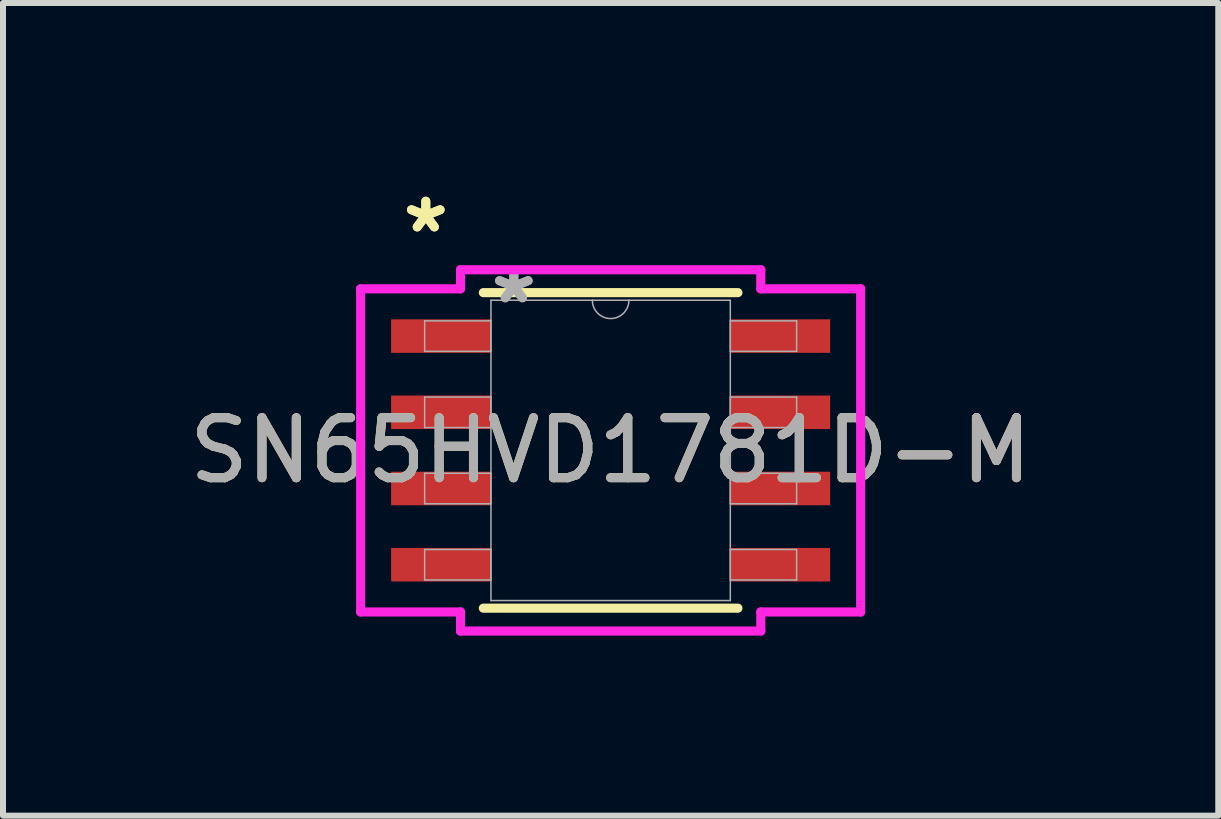
<source format=kicad_pcb>
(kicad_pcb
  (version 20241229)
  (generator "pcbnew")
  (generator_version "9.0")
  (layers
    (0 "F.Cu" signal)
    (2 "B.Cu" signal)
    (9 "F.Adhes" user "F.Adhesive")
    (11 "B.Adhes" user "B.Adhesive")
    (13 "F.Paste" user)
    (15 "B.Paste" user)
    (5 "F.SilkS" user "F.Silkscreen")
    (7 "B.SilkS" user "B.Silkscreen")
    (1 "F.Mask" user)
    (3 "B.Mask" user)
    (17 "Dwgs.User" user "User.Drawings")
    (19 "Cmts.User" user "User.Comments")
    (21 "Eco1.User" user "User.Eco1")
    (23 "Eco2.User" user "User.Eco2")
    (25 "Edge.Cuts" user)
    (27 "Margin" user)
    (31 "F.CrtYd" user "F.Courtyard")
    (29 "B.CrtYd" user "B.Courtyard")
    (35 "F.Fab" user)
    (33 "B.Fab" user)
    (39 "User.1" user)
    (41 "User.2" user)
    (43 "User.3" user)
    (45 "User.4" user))
  (footprint "SN65HVD1781D-M"
    (layer "F.Cu")
    (at 7.125 4.455)
    (property "Reference" "SN65HVD1781D-M" (at 0 0 0) (unlocked yes) (layer "F.SilkS") (effects (font (size 1 1) (thickness 0.15))))
    (attr smd)
    (fp_line (start -2.121 2.629) (end 2.121 2.629) (stroke (width 0.152) (type solid)) (layer "F.SilkS"))
    (fp_line (start 2.121 -2.629) (end -2.121 -2.629) (stroke (width 0.152) (type solid)) (layer "F.SilkS"))
    (fp_line (start -4.166 -2.692) (end -2.502 -2.692) (stroke (width 0.152) (type solid)) (layer "F.CrtYd"))
    (fp_line (start -4.166 2.692) (end -4.166 -2.692) (stroke (width 0.152) (type solid)) (layer "F.CrtYd"))
    (fp_line (start -4.166 2.692) (end -2.502 2.692) (stroke (width 0.152) (type solid)) (layer "F.CrtYd"))
    (fp_line (start -2.502 -3.01) (end 2.502 -3.01) (stroke (width 0.152) (type solid)) (layer "F.CrtYd"))
    (fp_line (start -2.502 -2.692) (end -2.502 -3.01) (stroke (width 0.152) (type solid)) (layer "F.CrtYd"))
    (fp_line (start -2.502 3.01) (end -2.502 2.692) (stroke (width 0.152) (type solid)) (layer "F.CrtYd"))
    (fp_line (start 2.502 -3.01) (end 2.502 -2.692) (stroke (width 0.152) (type solid)) (layer "F.CrtYd"))
    (fp_line (start 2.502 2.692) (end 2.502 3.01) (stroke (width 0.152) (type solid)) (layer "F.CrtYd"))
    (fp_line (start 2.502 3.01) (end -2.502 3.01) (stroke (width 0.152) (type solid)) (layer "F.CrtYd"))
    (fp_line (start 4.166 -2.692) (end 2.502 -2.692) (stroke (width 0.152) (type solid)) (layer "F.CrtYd"))
    (fp_line (start 4.166 -2.692) (end 4.166 2.692) (stroke (width 0.152) (type solid)) (layer "F.CrtYd"))
    (fp_line (start 4.166 2.692) (end 2.502 2.692) (stroke (width 0.152) (type solid)) (layer "F.CrtYd"))
    (fp_line (start -3.099 -2.159) (end -3.099 -1.651) (stroke (width 0.025) (type solid)) (layer "F.Fab"))
    (fp_line (start -3.099 -1.651) (end -1.994 -1.651) (stroke (width 0.025) (type solid)) (layer "F.Fab"))
    (fp_line (start -3.099 -0.889) (end -3.099 -0.381) (stroke (width 0.025) (type solid)) (layer "F.Fab"))
    (fp_line (start -3.099 -0.381) (end -1.994 -0.381) (stroke (width 0.025) (type solid)) (layer "F.Fab"))
    (fp_line (start -3.099 0.381) (end -3.099 0.889) (stroke (width 0.025) (type solid)) (layer "F.Fab"))
    (fp_line (start -3.099 0.889) (end -1.994 0.889) (stroke (width 0.025) (type solid)) (layer "F.Fab"))
    (fp_line (start -3.099 1.651) (end -3.099 2.159) (stroke (width 0.025) (type solid)) (layer "F.Fab"))
    (fp_line (start -3.099 2.159) (end -1.994 2.159) (stroke (width 0.025) (type solid)) (layer "F.Fab"))
    (fp_line (start -1.994 -2.502) (end -1.994 2.502) (stroke (width 0.025) (type solid)) (layer "F.Fab"))
    (fp_line (start -1.994 -2.159) (end -3.099 -2.159) (stroke (width 0.025) (type solid)) (layer "F.Fab"))
    (fp_line (start -1.994 -1.651) (end -1.994 -2.159) (stroke (width 0.025) (type solid)) (layer "F.Fab"))
    (fp_line (start -1.994 -0.889) (end -3.099 -0.889) (stroke (width 0.025) (type solid)) (layer "F.Fab"))
    (fp_line (start -1.994 -0.381) (end -1.994 -0.889) (stroke (width 0.025) (type solid)) (layer "F.Fab"))
    (fp_line (start -1.994 0.381) (end -3.099 0.381) (stroke (width 0.025) (type solid)) (layer "F.Fab"))
    (fp_line (start -1.994 0.889) (end -1.994 0.381) (stroke (width 0.025) (type solid)) (layer "F.Fab"))
    (fp_line (start -1.994 1.651) (end -3.099 1.651) (stroke (width 0.025) (type solid)) (layer "F.Fab"))
    (fp_line (start -1.994 2.159) (end -1.994 1.651) (stroke (width 0.025) (type solid)) (layer "F.Fab"))
    (fp_line (start -1.994 2.502) (end 1.994 2.502) (stroke (width 0.025) (type solid)) (layer "F.Fab"))
    (fp_line (start 1.994 -2.502) (end -1.994 -2.502) (stroke (width 0.025) (type solid)) (layer "F.Fab"))
    (fp_line (start 1.994 -2.159) (end 1.994 -1.651) (stroke (width 0.025) (type solid)) (layer "F.Fab"))
    (fp_line (start 1.994 -1.651) (end 3.099 -1.651) (stroke (width 0.025) (type solid)) (layer "F.Fab"))
    (fp_line (start 1.994 -0.889) (end 1.994 -0.381) (stroke (width 0.025) (type solid)) (layer "F.Fab"))
    (fp_line (start 1.994 -0.381) (end 3.099 -0.381) (stroke (width 0.025) (type solid)) (layer "F.Fab"))
    (fp_line (start 1.994 0.381) (end 1.994 0.889) (stroke (width 0.025) (type solid)) (layer "F.Fab"))
    (fp_line (start 1.994 0.889) (end 3.099 0.889) (stroke (width 0.025) (type solid)) (layer "F.Fab"))
    (fp_line (start 1.994 1.651) (end 1.994 2.159) (stroke (width 0.025) (type solid)) (layer "F.Fab"))
    (fp_line (start 1.994 2.159) (end 3.099 2.159) (stroke (width 0.025) (type solid)) (layer "F.Fab"))
    (fp_line (start 1.994 2.502) (end 1.994 -2.502) (stroke (width 0.025) (type solid)) (layer "F.Fab"))
    (fp_line (start 3.099 -2.159) (end 1.994 -2.159) (stroke (width 0.025) (type solid)) (layer "F.Fab"))
    (fp_line (start 3.099 -1.651) (end 3.099 -2.159) (stroke (width 0.025) (type solid)) (layer "F.Fab"))
    (fp_line (start 3.099 -0.889) (end 1.994 -0.889) (stroke (width 0.025) (type solid)) (layer "F.Fab"))
    (fp_line (start 3.099 -0.381) (end 3.099 -0.889) (stroke (width 0.025) (type solid)) (layer "F.Fab"))
    (fp_line (start 3.099 0.381) (end 1.994 0.381) (stroke (width 0.025) (type solid)) (layer "F.Fab"))
    (fp_line (start 3.099 0.889) (end 3.099 0.381) (stroke (width 0.025) (type solid)) (layer "F.Fab"))
    (fp_line (start 3.099 1.651) (end 1.994 1.651) (stroke (width 0.025) (type solid)) (layer "F.Fab"))
    (fp_line (start 3.099 2.159) (end 3.099 1.651) (stroke (width 0.025) (type solid)) (layer "F.Fab"))
    (fp_arc (start 0.3048 -2.5019) (mid 0 -2.1971) (end -0.3048 -2.5019) (stroke (width 0.0254) (type solid)) (layer "F.Fab"))
    (fp_text user "*" (at -3.08 -3.607 0) (layer "F.SilkS") (effects (font (size 1 1) (thickness 0.15))))
    (fp_text user "*" (at -3.08 -3.607 0) (unlocked yes) (layer "F.SilkS") (effects (font (size 1 1) (thickness 0.15))))
    (fp_text user "${REFERENCE}" (at 0 0 0) (unlocked yes) (layer "F.Fab") (effects (font (size 1 1) (thickness 0.15))))
    (fp_text user "*" (at -1.613 -2.426 0) (layer "F.Fab") (effects (font (size 1 1) (thickness 0.15))))
    (fp_text user "*" (at -1.613 -2.426 0) (unlocked yes) (layer "F.Fab") (effects (font (size 1 1) (thickness 0.15))))
    (pad "1" smd rect (at -2.826 -1.905) (size 1.664 0.559) (layers "F.Cu" "F.Mask" "F.Paste"))
    (pad "2" smd rect (at -2.826 -0.635) (size 1.664 0.559) (layers "F.Cu" "F.Mask" "F.Paste"))
    (pad "3" smd rect (at -2.826 0.635) (size 1.664 0.559) (layers "F.Cu" "F.Mask" "F.Paste"))
    (pad "4" smd rect (at -2.826 1.905) (size 1.664 0.559) (layers "F.Cu" "F.Mask" "F.Paste"))
    (pad "5" smd rect (at 2.826 1.905) (size 1.664 0.559) (layers "F.Cu" "F.Mask" "F.Paste"))
    (pad "6" smd rect (at 2.826 0.635) (size 1.664 0.559) (layers "F.Cu" "F.Mask" "F.Paste"))
    (pad "7" smd rect (at 2.826 -0.635) (size 1.664 0.559) (layers "F.Cu" "F.Mask" "F.Paste"))
    (pad "8" smd rect (at 2.826 -1.905) (size 1.664 0.559) (layers "F.Cu" "F.Mask" "F.Paste")))
  (gr_rect
    (start -3 -3)
    (end 17.25 10.541)
    (stroke (width 0.1) (type default))
    (fill no)
    (layer "Edge.Cuts")))
</source>
